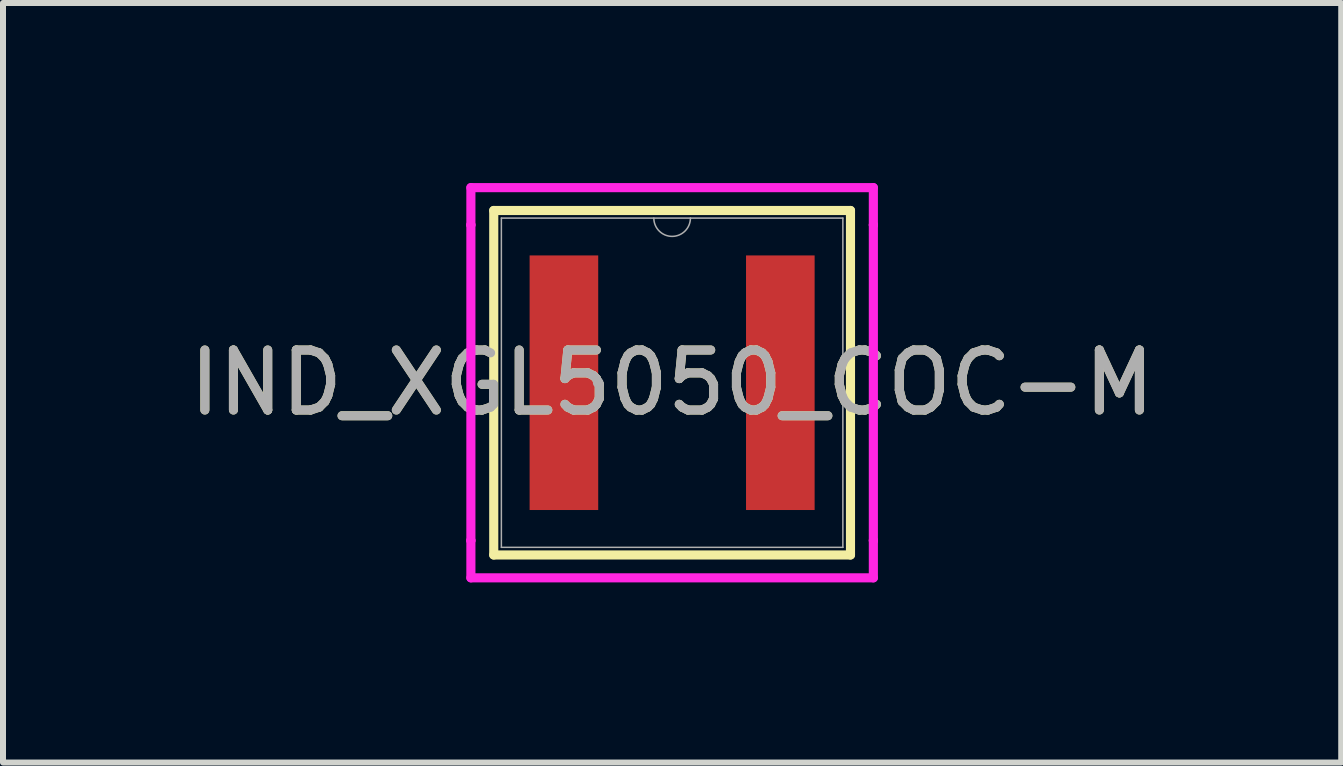
<source format=kicad_pcb>
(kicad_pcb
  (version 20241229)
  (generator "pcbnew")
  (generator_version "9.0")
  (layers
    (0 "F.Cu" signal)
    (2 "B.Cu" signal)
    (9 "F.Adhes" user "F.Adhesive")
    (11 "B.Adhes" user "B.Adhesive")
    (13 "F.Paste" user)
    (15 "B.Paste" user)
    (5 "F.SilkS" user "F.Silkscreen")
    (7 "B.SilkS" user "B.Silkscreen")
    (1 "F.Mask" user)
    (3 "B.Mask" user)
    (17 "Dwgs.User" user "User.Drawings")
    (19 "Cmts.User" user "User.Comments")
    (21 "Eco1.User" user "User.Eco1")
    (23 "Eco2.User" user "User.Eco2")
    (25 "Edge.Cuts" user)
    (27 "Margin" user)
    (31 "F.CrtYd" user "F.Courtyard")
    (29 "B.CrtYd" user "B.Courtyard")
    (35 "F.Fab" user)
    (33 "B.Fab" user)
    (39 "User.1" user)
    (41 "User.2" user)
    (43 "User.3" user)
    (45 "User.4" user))
  (footprint "IND_XGL5050_COC-M"
    (layer "F.Cu")
    (at 8.149 3.327)
    (property "Reference" "IND_XGL5050_COC-M" (at 0 0 0) (unlocked yes) (layer "F.SilkS") (effects (font (size 1 1) (thickness 0.15))))
    (attr smd)
    (fp_line (start -2.972 -2.87) (end -2.972 2.87) (stroke (width 0.152) (type solid)) (layer "F.SilkS"))
    (fp_line (start -2.972 2.87) (end 2.972 2.87) (stroke (width 0.152) (type solid)) (layer "F.SilkS"))
    (fp_line (start 2.972 -2.87) (end -2.972 -2.87) (stroke (width 0.152) (type solid)) (layer "F.SilkS"))
    (fp_line (start 2.972 2.87) (end 2.972 -2.87) (stroke (width 0.152) (type solid)) (layer "F.SilkS"))
    (fp_line (start -3.353 -3.251) (end 3.353 -3.251) (stroke (width 0.152) (type solid)) (layer "F.CrtYd"))
    (fp_line (start -3.353 -2.629) (end -3.353 -3.251) (stroke (width 0.152) (type solid)) (layer "F.CrtYd"))
    (fp_line (start -3.353 -2.629) (end -3.353 -2.629) (stroke (width 0.152) (type solid)) (layer "F.CrtYd"))
    (fp_line (start -3.353 2.629) (end -3.353 -2.629) (stroke (width 0.152) (type solid)) (layer "F.CrtYd"))
    (fp_line (start -3.353 2.629) (end -3.353 2.629) (stroke (width 0.152) (type solid)) (layer "F.CrtYd"))
    (fp_line (start -3.353 3.251) (end -3.353 2.629) (stroke (width 0.152) (type solid)) (layer "F.CrtYd"))
    (fp_line (start 3.353 -3.251) (end 3.353 -2.629) (stroke (width 0.152) (type solid)) (layer "F.CrtYd"))
    (fp_line (start 3.353 -2.629) (end 3.353 -2.629) (stroke (width 0.152) (type solid)) (layer "F.CrtYd"))
    (fp_line (start 3.353 -2.629) (end 3.353 2.629) (stroke (width 0.152) (type solid)) (layer "F.CrtYd"))
    (fp_line (start 3.353 2.629) (end 3.353 2.629) (stroke (width 0.152) (type solid)) (layer "F.CrtYd"))
    (fp_line (start 3.353 2.629) (end 3.353 3.251) (stroke (width 0.152) (type solid)) (layer "F.CrtYd"))
    (fp_line (start 3.353 3.251) (end -3.353 3.251) (stroke (width 0.152) (type solid)) (layer "F.CrtYd"))
    (fp_line (start -2.845 -2.743) (end -2.845 2.743) (stroke (width 0.025) (type solid)) (layer "F.Fab"))
    (fp_line (start -2.845 2.743) (end 2.845 2.743) (stroke (width 0.025) (type solid)) (layer "F.Fab"))
    (fp_line (start 2.845 -2.743) (end -2.845 -2.743) (stroke (width 0.025) (type solid)) (layer "F.Fab"))
    (fp_line (start 2.845 2.743) (end 2.845 -2.743) (stroke (width 0.025) (type solid)) (layer "F.Fab"))
    (fp_arc (start 0.3048 -2.7432) (mid 0 -2.4384) (end -0.3048 -2.7432) (stroke (width 0.0254) (type solid)) (layer "F.Fab"))
    (fp_circle (center -1.232 0) (end -1.156 0) (stroke (width 0.025) (type solid)) (fill no) (layer "F.Fab"))
    (fp_text user "${REFERENCE}" (at 0 0 0) (unlocked yes) (layer "F.Fab") (effects (font (size 1 1) (thickness 0.15))))
    (pad "1" smd rect (at -1.803 0) (size 1.143 4.242) (layers "F.Cu" "F.Mask" "F.Paste"))
    (pad "2" smd rect (at 1.803 0) (size 1.143 4.242) (layers "F.Cu" "F.Mask" "F.Paste")))
  (gr_rect
    (start -3 -3)
    (end 19.298 9.655)
    (stroke (width 0.1) (type default))
    (fill no)
    (layer "Edge.Cuts")))
</source>
